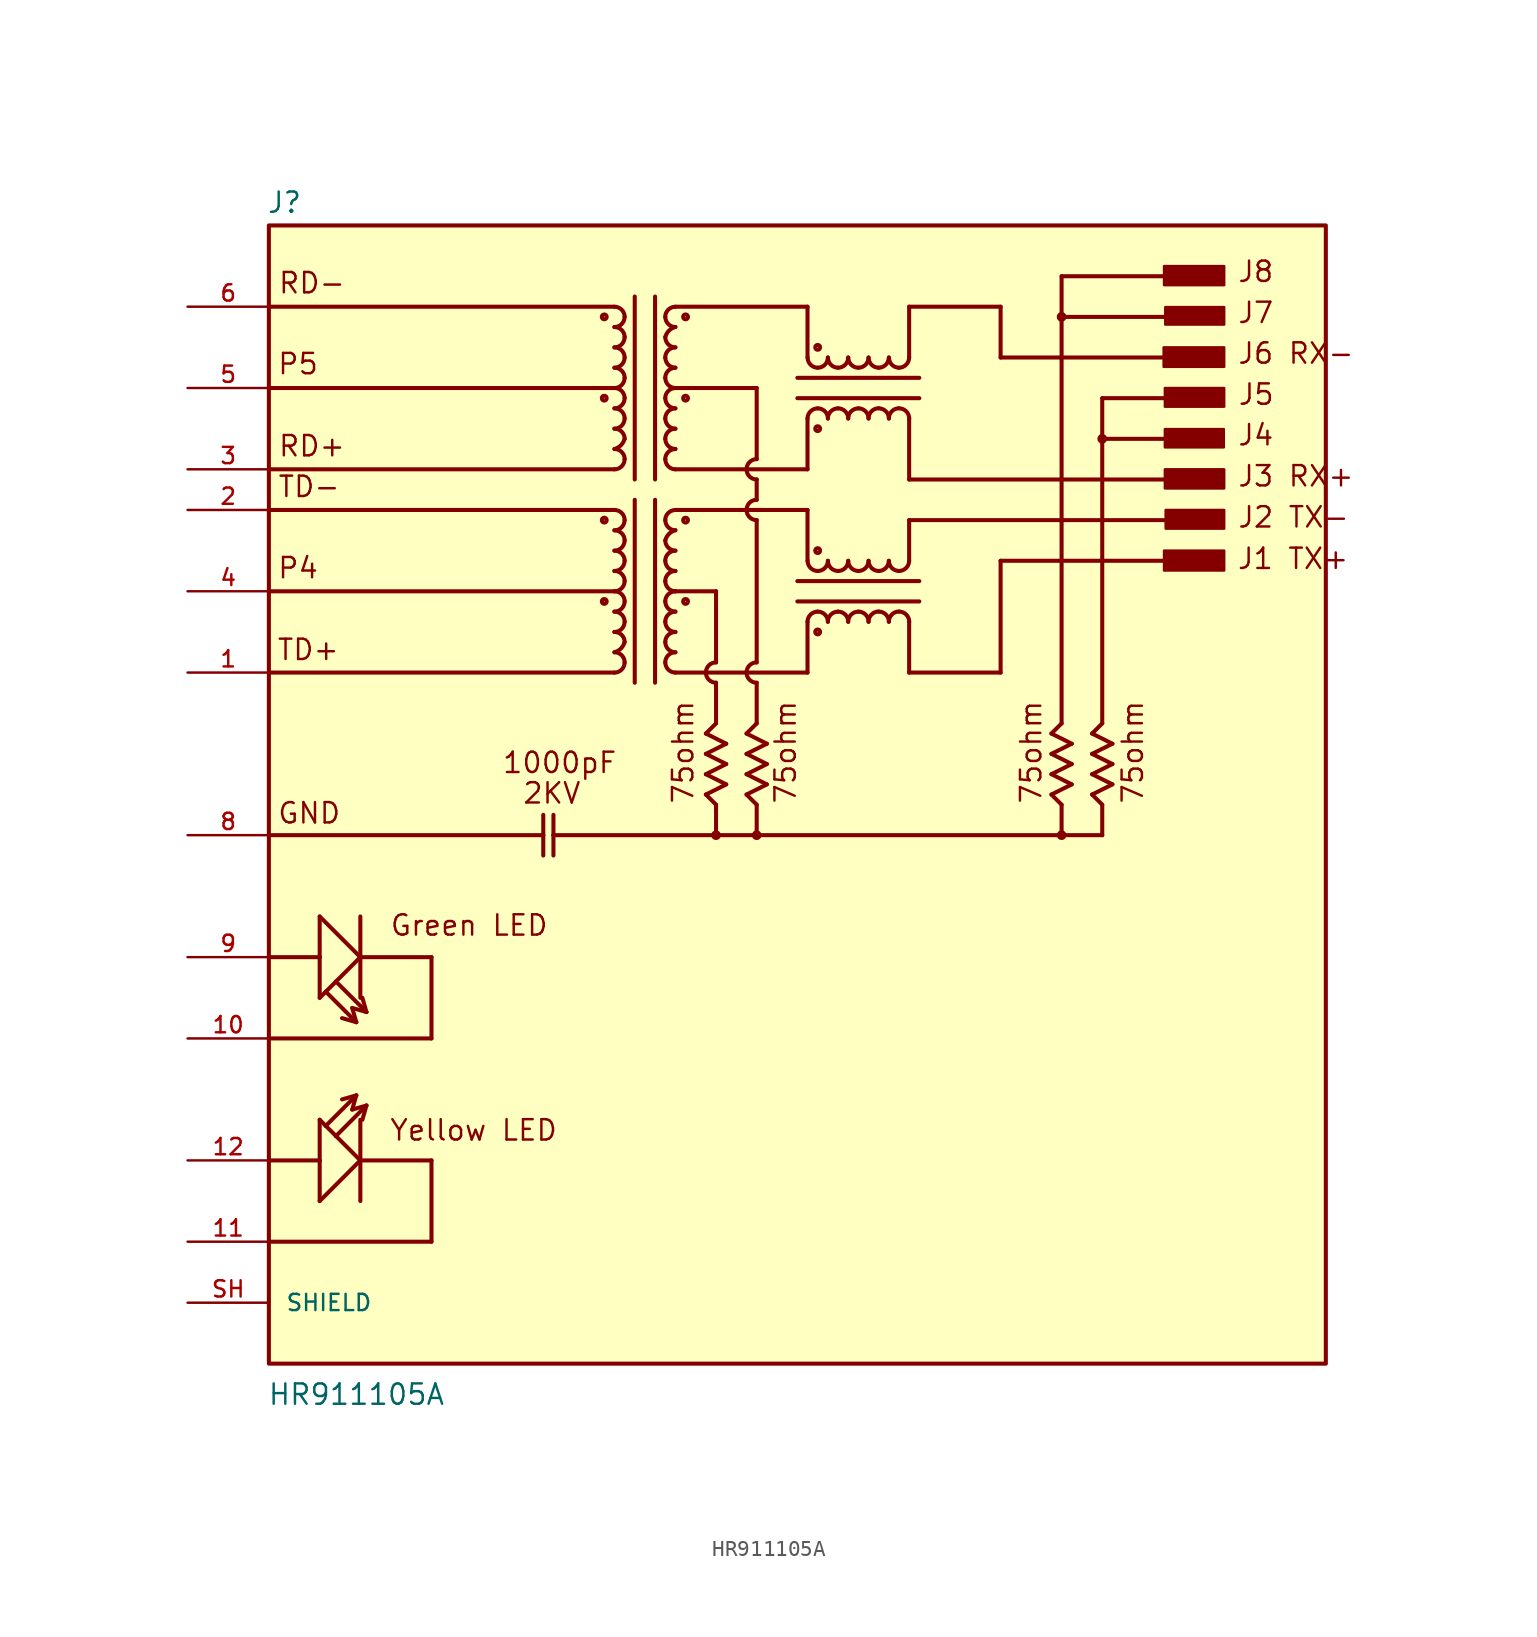
<source format=kicad_sym>
(kicad_symbol_lib
  (version 20211014)
  (generator kicad_symbol_editor)
  (symbol "HR911105A"
    (pin_names
      (offset 1.016))
    (property "Reference" "J"
      (at -33.172 36.246 0)
      (effects (font (size 1.27 1.27)) (justify left bottom)))
    (property "Value" "HR911105A"
      (at -33.122 -38.227 0)
      (effects (font (size 1.27 1.27)) (justify left bottom)))
    (symbol "HR911105A_0_0"
      (rectangle (start -33.02 -35.56) (end 33.02 35.56) (stroke (width 0.254) (type default) (color 0 0 0 0)) (fill (type background)))
      (circle (center -12.065 12.065) (radius 0.152) (stroke (width 0.254) (type default) (color 0 0 0 0)) (fill (type none)))
      (circle (center -12.065 17.145) (radius 0.152) (stroke (width 0.254) (type default) (color 0 0 0 0)) (fill (type none)))
      (circle (center -12.065 24.765) (radius 0.152) (stroke (width 0.254) (type default) (color 0 0 0 0)) (fill (type none)))
      (circle (center -12.065 29.845) (radius 0.152) (stroke (width 0.254) (type default) (color 0 0 0 0)) (fill (type none)))
      (arc (start -11.43 7.62) (mid -10.981 7.806) (end -10.795 8.255) (stroke (width 0.254) (type default) (color 0 0 0 0)) (fill (type none)))
      (arc (start -11.43 8.89) (mid -11.0269 9.1219) (end -10.795 9.525) (stroke (width 0.254) (type default) (color 0 0 0 0)) (fill (type none)))
      (arc (start -11.43 10.16) (mid -10.981 10.346) (end -10.795 10.795) (stroke (width 0.254) (type default) (color 0 0 0 0)) (fill (type none)))
      (arc (start -11.43 11.43) (mid -10.981 11.616) (end -10.795 12.065) (stroke (width 0.254) (type default) (color 0 0 0 0)) (fill (type none)))
      (arc (start -11.43 12.7) (mid -10.981 12.886) (end -10.795 13.335) (stroke (width 0.254) (type default) (color 0 0 0 0)) (fill (type none)))
      (arc (start -11.43 13.97) (mid -10.981 14.156) (end -10.795 14.605) (stroke (width 0.254) (type default) (color 0 0 0 0)) (fill (type none)))
      (arc (start -11.43 15.24) (mid -10.981 15.426) (end -10.795 15.875) (stroke (width 0.254) (type default) (color 0 0 0 0)) (fill (type none)))
      (arc (start -11.43 16.51) (mid -10.981 16.696) (end -10.795 17.145) (stroke (width 0.254) (type default) (color 0 0 0 0)) (fill (type none)))
      (arc (start -11.43 20.32) (mid -10.981 20.506) (end -10.795 20.955) (stroke (width 0.254) (type default) (color 0 0 0 0)) (fill (type none)))
      (arc (start -11.43 21.59) (mid -11.0269 21.8219) (end -10.795 22.225) (stroke (width 0.254) (type default) (color 0 0 0 0)) (fill (type none)))
      (arc (start -11.43 22.86) (mid -10.981 23.046) (end -10.795 23.495) (stroke (width 0.254) (type default) (color 0 0 0 0)) (fill (type none)))
      (arc (start -11.43 24.13) (mid -10.981 24.316) (end -10.795 24.765) (stroke (width 0.254) (type default) (color 0 0 0 0)) (fill (type none)))
      (arc (start -11.43 25.4) (mid -10.981 25.586) (end -10.795 26.035) (stroke (width 0.254) (type default) (color 0 0 0 0)) (fill (type none)))
      (arc (start -11.43 26.67) (mid -10.981 26.856) (end -10.795 27.305) (stroke (width 0.254) (type default) (color 0 0 0 0)) (fill (type none)))
      (arc (start -11.43 27.94) (mid -10.981 28.126) (end -10.795 28.575) (stroke (width 0.254) (type default) (color 0 0 0 0)) (fill (type none)))
      (arc (start -11.43 29.21) (mid -10.981 29.396) (end -10.795 29.845) (stroke (width 0.254) (type default) (color 0 0 0 0)) (fill (type none)))
      (arc (start -10.795 8.255) (mid -10.981 8.704) (end -11.43 8.89) (stroke (width 0.254) (type default) (color 0 0 0 0)) (fill (type none)))
      (arc (start -10.795 9.525) (mid -10.981 9.974) (end -11.43 10.16) (stroke (width 0.254) (type default) (color 0 0 0 0)) (fill (type none)))
      (arc (start -10.795 10.795) (mid -10.981 11.244) (end -11.43 11.43) (stroke (width 0.254) (type default) (color 0 0 0 0)) (fill (type none)))
      (arc (start -10.795 12.065) (mid -10.981 12.514) (end -11.43 12.7) (stroke (width 0.254) (type default) (color 0 0 0 0)) (fill (type none)))
      (arc (start -10.795 13.335) (mid -10.981 13.784) (end -11.43 13.97) (stroke (width 0.254) (type default) (color 0 0 0 0)) (fill (type none)))
      (arc (start -10.795 14.605) (mid -10.981 15.054) (end -11.43 15.24) (stroke (width 0.254) (type default) (color 0 0 0 0)) (fill (type none)))
      (arc (start -10.795 15.875) (mid -10.981 16.324) (end -11.43 16.51) (stroke (width 0.254) (type default) (color 0 0 0 0)) (fill (type none)))
      (arc (start -10.795 17.145) (mid -10.981 17.594) (end -11.43 17.78) (stroke (width 0.254) (type default) (color 0 0 0 0)) (fill (type none)))
      (arc (start -10.795 20.955) (mid -10.981 21.404) (end -11.43 21.59) (stroke (width 0.254) (type default) (color 0 0 0 0)) (fill (type none)))
      (arc (start -10.795 22.225) (mid -10.981 22.674) (end -11.43 22.86) (stroke (width 0.254) (type default) (color 0 0 0 0)) (fill (type none)))
      (arc (start -10.795 23.495) (mid -10.981 23.944) (end -11.43 24.13) (stroke (width 0.254) (type default) (color 0 0 0 0)) (fill (type none)))
      (arc (start -10.795 24.765) (mid -10.981 25.214) (end -11.43 25.4) (stroke (width 0.254) (type default) (color 0 0 0 0)) (fill (type none)))
      (arc (start -10.795 26.035) (mid -10.981 26.484) (end -11.43 26.67) (stroke (width 0.254) (type default) (color 0 0 0 0)) (fill (type none)))
      (arc (start -10.795 27.305) (mid -10.981 27.754) (end -11.43 27.94) (stroke (width 0.254) (type default) (color 0 0 0 0)) (fill (type none)))
      (arc (start -10.795 28.575) (mid -10.981 29.024) (end -11.43 29.21) (stroke (width 0.254) (type default) (color 0 0 0 0)) (fill (type none)))
      (arc (start -10.795 29.845) (mid -10.981 30.294) (end -11.43 30.48) (stroke (width 0.254) (type default) (color 0 0 0 0)) (fill (type none)))
      (arc (start -8.255 8.255) (mid -8.069 7.806) (end -7.62 7.62) (stroke (width 0.254) (type default) (color 0 0 0 0)) (fill (type none)))
      (arc (start -8.255 9.525) (mid -8.069 9.076) (end -7.62 8.89) (stroke (width 0.254) (type default) (color 0 0 0 0)) (fill (type none)))
      (arc (start -8.255 10.795) (mid -8.069 10.346) (end -7.62 10.16) (stroke (width 0.254) (type default) (color 0 0 0 0)) (fill (type none)))
      (arc (start -8.255 12.065) (mid -8.069 11.616) (end -7.62 11.43) (stroke (width 0.254) (type default) (color 0 0 0 0)) (fill (type none)))
      (arc (start -8.255 13.335) (mid -8.069 12.886) (end -7.62 12.7) (stroke (width 0.254) (type default) (color 0 0 0 0)) (fill (type none)))
      (arc (start -8.255 14.605) (mid -8.069 14.156) (end -7.62 13.97) (stroke (width 0.254) (type default) (color 0 0 0 0)) (fill (type none)))
      (arc (start -8.255 15.875) (mid -8.069 15.426) (end -7.62 15.24) (stroke (width 0.254) (type default) (color 0 0 0 0)) (fill (type none)))
      (arc (start -8.255 17.145) (mid -8.069 16.696) (end -7.62 16.51) (stroke (width 0.254) (type default) (color 0 0 0 0)) (fill (type none)))
      (arc (start -8.255 20.955) (mid -8.069 20.506) (end -7.62 20.32) (stroke (width 0.254) (type default) (color 0 0 0 0)) (fill (type none)))
      (arc (start -8.255 22.225) (mid -8.069 21.776) (end -7.62 21.59) (stroke (width 0.254) (type default) (color 0 0 0 0)) (fill (type none)))
      (arc (start -8.255 23.495) (mid -8.069 23.046) (end -7.62 22.86) (stroke (width 0.254) (type default) (color 0 0 0 0)) (fill (type none)))
      (arc (start -8.255 24.765) (mid -8.069 24.316) (end -7.62 24.13) (stroke (width 0.254) (type default) (color 0 0 0 0)) (fill (type none)))
      (arc (start -8.255 26.035) (mid -8.069 25.586) (end -7.62 25.4) (stroke (width 0.254) (type default) (color 0 0 0 0)) (fill (type none)))
      (arc (start -8.255 27.305) (mid -8.069 26.856) (end -7.62 26.67) (stroke (width 0.254) (type default) (color 0 0 0 0)) (fill (type none)))
      (arc (start -8.255 28.575) (mid -8.069 28.126) (end -7.62 27.94) (stroke (width 0.254) (type default) (color 0 0 0 0)) (fill (type none)))
      (arc (start -8.255 29.845) (mid -8.069 29.396) (end -7.62 29.21) (stroke (width 0.254) (type default) (color 0 0 0 0)) (fill (type none)))
      (arc (start -7.62 8.89) (mid -8.069 8.704) (end -8.255 8.255) (stroke (width 0.254) (type default) (color 0 0 0 0)) (fill (type none)))
      (arc (start -7.62 10.16) (mid -8.069 9.974) (end -8.255 9.525) (stroke (width 0.254) (type default) (color 0 0 0 0)) (fill (type none)))
      (arc (start -7.62 11.43) (mid -8.069 11.244) (end -8.255 10.795) (stroke (width 0.254) (type default) (color 0 0 0 0)) (fill (type none)))
      (arc (start -7.62 12.7) (mid -8.069 12.514) (end -8.255 12.065) (stroke (width 0.254) (type default) (color 0 0 0 0)) (fill (type none)))
      (arc (start -7.62 13.97) (mid -8.069 13.784) (end -8.255 13.335) (stroke (width 0.254) (type default) (color 0 0 0 0)) (fill (type none)))
      (arc (start -7.62 15.24) (mid -8.069 15.054) (end -8.255 14.605) (stroke (width 0.254) (type default) (color 0 0 0 0)) (fill (type none)))
      (arc (start -7.62 16.51) (mid -8.0231 16.2781) (end -8.255 15.875) (stroke (width 0.254) (type default) (color 0 0 0 0)) (fill (type none)))
      (arc (start -7.62 17.78) (mid -8.069 17.594) (end -8.255 17.145) (stroke (width 0.254) (type default) (color 0 0 0 0)) (fill (type none)))
      (arc (start -7.62 21.59) (mid -8.069 21.404) (end -8.255 20.955) (stroke (width 0.254) (type default) (color 0 0 0 0)) (fill (type none)))
      (arc (start -7.62 22.86) (mid -8.069 22.674) (end -8.255 22.225) (stroke (width 0.254) (type default) (color 0 0 0 0)) (fill (type none)))
      (arc (start -7.62 24.13) (mid -8.069 23.944) (end -8.255 23.495) (stroke (width 0.254) (type default) (color 0 0 0 0)) (fill (type none)))
      (arc (start -7.62 25.4) (mid -8.069 25.214) (end -8.255 24.765) (stroke (width 0.254) (type default) (color 0 0 0 0)) (fill (type none)))
      (arc (start -7.62 26.67) (mid -8.069 26.484) (end -8.255 26.035) (stroke (width 0.254) (type default) (color 0 0 0 0)) (fill (type none)))
      (arc (start -7.62 27.94) (mid -8.069 27.754) (end -8.255 27.305) (stroke (width 0.254) (type default) (color 0 0 0 0)) (fill (type none)))
      (arc (start -7.62 29.21) (mid -8.0231 28.9781) (end -8.255 28.575) (stroke (width 0.254) (type default) (color 0 0 0 0)) (fill (type none)))
      (arc (start -7.62 30.48) (mid -8.069 30.294) (end -8.255 29.845) (stroke (width 0.254) (type default) (color 0 0 0 0)) (fill (type none)))
      (circle (center -6.985 12.065) (radius 0.152) (stroke (width 0.254) (type default) (color 0 0 0 0)) (fill (type none)))
      (circle (center -6.985 17.145) (radius 0.152) (stroke (width 0.254) (type default) (color 0 0 0 0)) (fill (type none)))
      (circle (center -6.985 24.765) (radius 0.152) (stroke (width 0.254) (type default) (color 0 0 0 0)) (fill (type none)))
      (circle (center -6.985 29.845) (radius 0.152) (stroke (width 0.254) (type default) (color 0 0 0 0)) (fill (type none)))
      (arc (start -5.715 7.62) (mid -5.529 7.171) (end -5.08 6.985) (stroke (width 0.254) (type default) (color 0 0 0 0)) (fill (type none)))
      (circle (center -5.08 -2.54) (radius 0.178) (stroke (width 0.254) (type default) (color 0 0 0 0)) (fill (type none)))
      (arc (start -5.08 8.255) (mid -5.529 8.069) (end -5.715 7.62) (stroke (width 0.254) (type default) (color 0 0 0 0)) (fill (type none)))
      (arc (start -3.175 7.62) (mid -2.989 7.171) (end -2.54 6.985) (stroke (width 0.254) (type default) (color 0 0 0 0)) (fill (type none)))
      (arc (start -3.175 17.78) (mid -2.989 17.331) (end -2.54 17.145) (stroke (width 0.254) (type default) (color 0 0 0 0)) (fill (type none)))
      (arc (start -3.175 20.32) (mid -2.989 19.871) (end -2.54 19.685) (stroke (width 0.254) (type default) (color 0 0 0 0)) (fill (type none)))
      (circle (center -2.54 -2.54) (radius 0.178) (stroke (width 0.254) (type default) (color 0 0 0 0)) (fill (type none)))
      (arc (start -2.54 8.255) (mid -2.989 8.069) (end -3.175 7.62) (stroke (width 0.254) (type default) (color 0 0 0 0)) (fill (type none)))
      (arc (start -2.54 18.415) (mid -2.989 18.229) (end -3.175 17.78) (stroke (width 0.254) (type default) (color 0 0 0 0)) (fill (type none)))
      (arc (start -2.54 20.955) (mid -2.989 20.769) (end -3.175 20.32) (stroke (width 0.254) (type default) (color 0 0 0 0)) (fill (type none)))
      (polyline (pts (xy -33.02 -27.94) (xy -22.86 -27.94)) (stroke (width 0.254) (type default) (color 0 0 0 0)) (fill (type none)))
      (polyline (pts (xy -33.02 -15.24) (xy -22.86 -15.24)) (stroke (width 0.254) (type default) (color 0 0 0 0)) (fill (type none)))
      (polyline (pts (xy -33.02 12.7) (xy -11.43 12.7)) (stroke (width 0.254) (type default) (color 0 0 0 0)) (fill (type none)))
      (polyline (pts (xy -33.02 20.32) (xy -11.43 20.32)) (stroke (width 0.254) (type default) (color 0 0 0 0)) (fill (type none)))
      (polyline (pts (xy -29.845 -25.4) (xy -27.305 -22.86)) (stroke (width 0.254) (type default) (color 0 0 0 0)) (fill (type none)))
      (polyline (pts (xy -29.845 -22.86) (xy -33.02 -22.86)) (stroke (width 0.254) (type default) (color 0 0 0 0)) (fill (type none)))
      (polyline (pts (xy -29.845 -22.86) (xy -29.845 -25.4)) (stroke (width 0.254) (type default) (color 0 0 0 0)) (fill (type none)))
      (polyline (pts (xy -29.845 -20.32) (xy -29.845 -22.86)) (stroke (width 0.254) (type default) (color 0 0 0 0)) (fill (type none)))
      (polyline (pts (xy -29.845 -12.7) (xy -29.845 -10.16)) (stroke (width 0.254) (type default) (color 0 0 0 0)) (fill (type none)))
      (polyline (pts (xy -29.845 -10.16) (xy -33.02 -10.16)) (stroke (width 0.254) (type default) (color 0 0 0 0)) (fill (type none)))
      (polyline (pts (xy -29.845 -10.16) (xy -29.845 -7.62)) (stroke (width 0.254) (type default) (color 0 0 0 0)) (fill (type none)))
      (polyline (pts (xy -29.845 -7.62) (xy -27.305 -10.16)) (stroke (width 0.254) (type default) (color 0 0 0 0)) (fill (type none)))
      (polyline (pts (xy -29.464 -20.701) (xy -29.845 -20.32)) (stroke (width 0.254) (type default) (color 0 0 0 0)) (fill (type none)))
      (polyline (pts (xy -29.464 -20.701) (xy -27.559 -18.796)) (stroke (width 0.254) (type default) (color 0 0 0 0)) (fill (type none)))
      (polyline (pts (xy -29.464 -12.319) (xy -29.845 -12.7)) (stroke (width 0.254) (type default) (color 0 0 0 0)) (fill (type none)))
      (polyline (pts (xy -29.464 -12.319) (xy -27.559 -14.224)) (stroke (width 0.254) (type default) (color 0 0 0 0)) (fill (type none)))
      (polyline (pts (xy -28.829 -21.336) (xy -29.464 -20.701)) (stroke (width 0.254) (type default) (color 0 0 0 0)) (fill (type none)))
      (polyline (pts (xy -28.829 -21.336) (xy -26.924 -19.431)) (stroke (width 0.254) (type default) (color 0 0 0 0)) (fill (type none)))
      (polyline (pts (xy -28.829 -11.684) (xy -29.464 -12.319)) (stroke (width 0.254) (type default) (color 0 0 0 0)) (fill (type none)))
      (polyline (pts (xy -28.829 -11.684) (xy -26.924 -13.589)) (stroke (width 0.254) (type default) (color 0 0 0 0)) (fill (type none)))
      (polyline (pts (xy -27.559 -18.796) (xy -28.448 -19.05)) (stroke (width 0.254) (type default) (color 0 0 0 0)) (fill (type none)))
      (polyline (pts (xy -27.559 -18.796) (xy -27.813 -19.685)) (stroke (width 0.254) (type default) (color 0 0 0 0)) (fill (type none)))
      (polyline (pts (xy -27.559 -14.224) (xy -28.448 -13.97)) (stroke (width 0.254) (type default) (color 0 0 0 0)) (fill (type none)))
      (polyline (pts (xy -27.559 -14.224) (xy -27.813 -13.335)) (stroke (width 0.254) (type default) (color 0 0 0 0)) (fill (type none)))
      (polyline (pts (xy -27.305 -22.86) (xy -28.829 -21.336)) (stroke (width 0.254) (type default) (color 0 0 0 0)) (fill (type none)))
      (polyline (pts (xy -27.305 -22.86) (xy -27.305 -25.4)) (stroke (width 0.254) (type default) (color 0 0 0 0)) (fill (type none)))
      (polyline (pts (xy -27.305 -22.86) (xy -22.86 -22.86)) (stroke (width 0.254) (type default) (color 0 0 0 0)) (fill (type none)))
      (polyline (pts (xy -27.305 -20.32) (xy -27.305 -22.86)) (stroke (width 0.254) (type default) (color 0 0 0 0)) (fill (type none)))
      (polyline (pts (xy -27.305 -12.7) (xy -27.305 -10.16)) (stroke (width 0.254) (type default) (color 0 0 0 0)) (fill (type none)))
      (polyline (pts (xy -27.305 -10.16) (xy -28.829 -11.684)) (stroke (width 0.254) (type default) (color 0 0 0 0)) (fill (type none)))
      (polyline (pts (xy -27.305 -10.16) (xy -27.305 -7.62)) (stroke (width 0.254) (type default) (color 0 0 0 0)) (fill (type none)))
      (polyline (pts (xy -27.305 -10.16) (xy -22.86 -10.16)) (stroke (width 0.254) (type default) (color 0 0 0 0)) (fill (type none)))
      (polyline (pts (xy -26.924 -19.431) (xy -27.813 -19.685)) (stroke (width 0.254) (type default) (color 0 0 0 0)) (fill (type none)))
      (polyline (pts (xy -26.924 -19.431) (xy -27.178 -20.32)) (stroke (width 0.254) (type default) (color 0 0 0 0)) (fill (type none)))
      (polyline (pts (xy -26.924 -13.589) (xy -27.813 -13.335)) (stroke (width 0.254) (type default) (color 0 0 0 0)) (fill (type none)))
      (polyline (pts (xy -26.924 -13.589) (xy -27.178 -12.7)) (stroke (width 0.254) (type default) (color 0 0 0 0)) (fill (type none)))
      (polyline (pts (xy -22.86 -27.94) (xy -22.86 -22.86)) (stroke (width 0.254) (type default) (color 0 0 0 0)) (fill (type none)))
      (polyline (pts (xy -22.86 -15.24) (xy -22.86 -10.16)) (stroke (width 0.254) (type default) (color 0 0 0 0)) (fill (type none)))
      (polyline (pts (xy -15.875 -2.54) (xy -33.02 -2.54)) (stroke (width 0.254) (type default) (color 0 0 0 0)) (fill (type none)))
      (polyline (pts (xy -15.875 -2.54) (xy -15.875 -3.81)) (stroke (width 0.254) (type default) (color 0 0 0 0)) (fill (type none)))
      (polyline (pts (xy -15.875 -1.27) (xy -15.875 -2.54)) (stroke (width 0.254) (type default) (color 0 0 0 0)) (fill (type none)))
      (polyline (pts (xy -15.24 -2.54) (xy -15.24 -3.81)) (stroke (width 0.254) (type default) (color 0 0 0 0)) (fill (type none)))
      (polyline (pts (xy -15.24 -2.54) (xy -15.24 -1.27)) (stroke (width 0.254) (type default) (color 0 0 0 0)) (fill (type none)))
      (polyline (pts (xy -11.43 7.62) (xy -33.02 7.62)) (stroke (width 0.254) (type default) (color 0 0 0 0)) (fill (type none)))
      (polyline (pts (xy -11.43 17.78) (xy -33.02 17.78)) (stroke (width 0.254) (type default) (color 0 0 0 0)) (fill (type none)))
      (polyline (pts (xy -11.43 25.4) (xy -33.02 25.4)) (stroke (width 0.254) (type default) (color 0 0 0 0)) (fill (type none)))
      (polyline (pts (xy -11.43 30.48) (xy -33.02 30.48)) (stroke (width 0.254) (type default) (color 0 0 0 0)) (fill (type none)))
      (polyline (pts (xy -10.16 18.415) (xy -10.16 6.985)) (stroke (width 0.254) (type default) (color 0 0 0 0)) (fill (type none)))
      (polyline (pts (xy -10.16 31.115) (xy -10.16 19.685)) (stroke (width 0.254) (type default) (color 0 0 0 0)) (fill (type none)))
      (polyline (pts (xy -8.89 18.415) (xy -8.89 6.985)) (stroke (width 0.254) (type default) (color 0 0 0 0)) (fill (type none)))
      (polyline (pts (xy -8.89 31.115) (xy -8.89 19.685)) (stroke (width 0.254) (type default) (color 0 0 0 0)) (fill (type none)))
      (polyline (pts (xy -7.62 7.62) (xy -5.715 7.62)) (stroke (width 0.254) (type default) (color 0 0 0 0)) (fill (type none)))
      (polyline (pts (xy -7.62 20.32) (xy -3.175 20.32)) (stroke (width 0.254) (type default) (color 0 0 0 0)) (fill (type none)))
      (polyline (pts (xy -7.62 25.4) (xy -2.54 25.4)) (stroke (width 0.254) (type default) (color 0 0 0 0)) (fill (type none)))
      (polyline (pts (xy -5.715 0) (xy -5.08 -0.635)) (stroke (width 0.254) (type default) (color 0 0 0 0)) (fill (type none)))
      (polyline (pts (xy -5.715 1.27) (xy -4.445 0.635)) (stroke (width 0.254) (type default) (color 0 0 0 0)) (fill (type none)))
      (polyline (pts (xy -5.715 2.54) (xy -4.445 1.905)) (stroke (width 0.254) (type default) (color 0 0 0 0)) (fill (type none)))
      (polyline (pts (xy -5.715 3.81) (xy -4.445 3.175)) (stroke (width 0.254) (type default) (color 0 0 0 0)) (fill (type none)))
      (polyline (pts (xy -5.715 7.62) (xy -3.175 7.62)) (stroke (width 0.254) (type default) (color 0 0 0 0)) (fill (type none)))
      (polyline (pts (xy -5.08 -2.54) (xy -15.24 -2.54)) (stroke (width 0.254) (type default) (color 0 0 0 0)) (fill (type none)))
      (polyline (pts (xy -5.08 -0.635) (xy -5.08 -2.54)) (stroke (width 0.254) (type default) (color 0 0 0 0)) (fill (type none)))
      (polyline (pts (xy -5.08 4.445) (xy -5.715 3.81)) (stroke (width 0.254) (type default) (color 0 0 0 0)) (fill (type none)))
      (polyline (pts (xy -5.08 6.985) (xy -5.08 4.445)) (stroke (width 0.254) (type default) (color 0 0 0 0)) (fill (type none)))
      (polyline (pts (xy -5.08 8.255) (xy -5.08 12.7)) (stroke (width 0.254) (type default) (color 0 0 0 0)) (fill (type none)))
      (polyline (pts (xy -5.08 12.7) (xy -7.62 12.7)) (stroke (width 0.254) (type default) (color 0 0 0 0)) (fill (type none)))
      (polyline (pts (xy -4.445 0.635) (xy -5.715 0)) (stroke (width 0.254) (type default) (color 0 0 0 0)) (fill (type none)))
      (polyline (pts (xy -4.445 1.905) (xy -5.715 1.27)) (stroke (width 0.254) (type default) (color 0 0 0 0)) (fill (type none)))
      (polyline (pts (xy -4.445 3.175) (xy -5.715 2.54)) (stroke (width 0.254) (type default) (color 0 0 0 0)) (fill (type none)))
      (polyline (pts (xy -3.175 0) (xy -2.54 -0.635)) (stroke (width 0.254) (type default) (color 0 0 0 0)) (fill (type none)))
      (polyline (pts (xy -3.175 1.27) (xy -1.905 0.635)) (stroke (width 0.254) (type default) (color 0 0 0 0)) (fill (type none)))
      (polyline (pts (xy -3.175 2.54) (xy -1.905 1.905)) (stroke (width 0.254) (type default) (color 0 0 0 0)) (fill (type none)))
      (polyline (pts (xy -3.175 3.81) (xy -1.905 3.175)) (stroke (width 0.254) (type default) (color 0 0 0 0)) (fill (type none)))
      (polyline (pts (xy -3.175 7.62) (xy 0.635 7.62)) (stroke (width 0.254) (type default) (color 0 0 0 0)) (fill (type none)))
      (polyline (pts (xy -3.175 17.78) (xy -7.62 17.78)) (stroke (width 0.254) (type default) (color 0 0 0 0)) (fill (type none)))
      (polyline (pts (xy -3.175 20.32) (xy 0.635 20.32)) (stroke (width 0.254) (type default) (color 0 0 0 0)) (fill (type none)))
      (polyline (pts (xy -2.54 -0.635) (xy -2.54 -2.54)) (stroke (width 0.254) (type default) (color 0 0 0 0)) (fill (type none)))
      (polyline (pts (xy -2.54 4.445) (xy -3.175 3.81)) (stroke (width 0.254) (type default) (color 0 0 0 0)) (fill (type none)))
      (polyline (pts (xy -2.54 6.985) (xy -2.54 4.445)) (stroke (width 0.254) (type default) (color 0 0 0 0)) (fill (type none)))
      (polyline (pts (xy -2.54 17.145) (xy -2.54 8.255)) (stroke (width 0.254) (type default) (color 0 0 0 0)) (fill (type none)))
      (polyline (pts (xy -2.54 19.685) (xy -2.54 18.415)) (stroke (width 0.254) (type default) (color 0 0 0 0)) (fill (type none)))
      (polyline (pts (xy -2.54 25.4) (xy -2.54 20.955)) (stroke (width 0.254) (type default) (color 0 0 0 0)) (fill (type none)))
      (polyline (pts (xy -1.905 0.635) (xy -3.175 0)) (stroke (width 0.254) (type default) (color 0 0 0 0)) (fill (type none)))
      (polyline (pts (xy -1.905 1.905) (xy -3.175 1.27)) (stroke (width 0.254) (type default) (color 0 0 0 0)) (fill (type none)))
      (polyline (pts (xy -1.905 3.175) (xy -3.175 2.54)) (stroke (width 0.254) (type default) (color 0 0 0 0)) (fill (type none)))
      (polyline (pts (xy 0 12.065) (xy 7.62 12.065)) (stroke (width 0.254) (type default) (color 0 0 0 0)) (fill (type none)))
      (polyline (pts (xy 0 13.335) (xy 7.62 13.335)) (stroke (width 0.254) (type default) (color 0 0 0 0)) (fill (type none)))
      (polyline (pts (xy 0 24.765) (xy 7.62 24.765)) (stroke (width 0.254) (type default) (color 0 0 0 0)) (fill (type none)))
      (polyline (pts (xy 0 26.035) (xy 7.62 26.035)) (stroke (width 0.254) (type default) (color 0 0 0 0)) (fill (type none)))
      (polyline (pts (xy 0.635 7.62) (xy 0.635 10.795)) (stroke (width 0.254) (type default) (color 0 0 0 0)) (fill (type none)))
      (polyline (pts (xy 0.635 14.605) (xy 0.635 17.78)) (stroke (width 0.254) (type default) (color 0 0 0 0)) (fill (type none)))
      (polyline (pts (xy 0.635 17.78) (xy -3.175 17.78)) (stroke (width 0.254) (type default) (color 0 0 0 0)) (fill (type none)))
      (polyline (pts (xy 0.635 20.32) (xy 0.635 23.495)) (stroke (width 0.254) (type default) (color 0 0 0 0)) (fill (type none)))
      (polyline (pts (xy 0.635 27.305) (xy 0.635 30.48)) (stroke (width 0.254) (type default) (color 0 0 0 0)) (fill (type none)))
      (polyline (pts (xy 0.635 30.48) (xy -7.62 30.48)) (stroke (width 0.254) (type default) (color 0 0 0 0)) (fill (type none)))
      (polyline (pts (xy 6.985 10.795) (xy 6.985 7.62)) (stroke (width 0.254) (type default) (color 0 0 0 0)) (fill (type none)))
      (polyline (pts (xy 6.985 17.145) (xy 6.985 14.605)) (stroke (width 0.254) (type default) (color 0 0 0 0)) (fill (type none)))
      (polyline (pts (xy 6.985 23.495) (xy 6.985 19.685)) (stroke (width 0.254) (type default) (color 0 0 0 0)) (fill (type none)))
      (polyline (pts (xy 6.985 30.48) (xy 6.985 27.305)) (stroke (width 0.254) (type default) (color 0 0 0 0)) (fill (type none)))
      (polyline (pts (xy 12.7 7.62) (xy 6.985 7.62)) (stroke (width 0.254) (type default) (color 0 0 0 0)) (fill (type none)))
      (polyline (pts (xy 12.7 14.605) (xy 12.7 7.62)) (stroke (width 0.254) (type default) (color 0 0 0 0)) (fill (type none)))
      (polyline (pts (xy 12.7 27.305) (xy 12.7 30.48)) (stroke (width 0.254) (type default) (color 0 0 0 0)) (fill (type none)))
      (polyline (pts (xy 12.7 30.48) (xy 6.985 30.48)) (stroke (width 0.254) (type default) (color 0 0 0 0)) (fill (type none)))
      (polyline (pts (xy 15.875 0) (xy 16.51 -0.635)) (stroke (width 0.254) (type default) (color 0 0 0 0)) (fill (type none)))
      (polyline (pts (xy 15.875 1.27) (xy 17.145 0.635)) (stroke (width 0.254) (type default) (color 0 0 0 0)) (fill (type none)))
      (polyline (pts (xy 15.875 2.54) (xy 17.145 1.905)) (stroke (width 0.254) (type default) (color 0 0 0 0)) (fill (type none)))
      (polyline (pts (xy 15.875 3.81) (xy 17.145 3.175)) (stroke (width 0.254) (type default) (color 0 0 0 0)) (fill (type none)))
      (polyline (pts (xy 16.51 -0.635) (xy 16.51 -2.54)) (stroke (width 0.254) (type default) (color 0 0 0 0)) (fill (type none)))
      (polyline (pts (xy 16.51 4.445) (xy 15.875 3.81)) (stroke (width 0.254) (type default) (color 0 0 0 0)) (fill (type none)))
      (polyline (pts (xy 16.51 29.845) (xy 16.51 4.445)) (stroke (width 0.254) (type default) (color 0 0 0 0)) (fill (type none)))
      (polyline (pts (xy 16.51 29.845) (xy 23.495 29.845)) (stroke (width 0.254) (type default) (color 0 0 0 0)) (fill (type none)))
      (polyline (pts (xy 16.51 32.385) (xy 16.51 29.845)) (stroke (width 0.254) (type default) (color 0 0 0 0)) (fill (type none)))
      (polyline (pts (xy 17.145 0.635) (xy 15.875 0)) (stroke (width 0.254) (type default) (color 0 0 0 0)) (fill (type none)))
      (polyline (pts (xy 17.145 1.905) (xy 15.875 1.27)) (stroke (width 0.254) (type default) (color 0 0 0 0)) (fill (type none)))
      (polyline (pts (xy 17.145 3.175) (xy 15.875 2.54)) (stroke (width 0.254) (type default) (color 0 0 0 0)) (fill (type none)))
      (polyline (pts (xy 18.415 0) (xy 19.05 -0.635)) (stroke (width 0.254) (type default) (color 0 0 0 0)) (fill (type none)))
      (polyline (pts (xy 18.415 1.27) (xy 19.685 0.635)) (stroke (width 0.254) (type default) (color 0 0 0 0)) (fill (type none)))
      (polyline (pts (xy 18.415 2.54) (xy 19.685 1.905)) (stroke (width 0.254) (type default) (color 0 0 0 0)) (fill (type none)))
      (polyline (pts (xy 18.415 3.81) (xy 19.685 3.175)) (stroke (width 0.254) (type default) (color 0 0 0 0)) (fill (type none)))
      (polyline (pts (xy 19.05 -2.54) (xy -5.08 -2.54)) (stroke (width 0.254) (type default) (color 0 0 0 0)) (fill (type none)))
      (polyline (pts (xy 19.05 -0.635) (xy 19.05 -2.54)) (stroke (width 0.254) (type default) (color 0 0 0 0)) (fill (type none)))
      (polyline (pts (xy 19.05 4.445) (xy 18.415 3.81)) (stroke (width 0.254) (type default) (color 0 0 0 0)) (fill (type none)))
      (polyline (pts (xy 19.05 22.225) (xy 19.05 4.445)) (stroke (width 0.254) (type default) (color 0 0 0 0)) (fill (type none)))
      (polyline (pts (xy 19.05 22.225) (xy 23.495 22.225)) (stroke (width 0.254) (type default) (color 0 0 0 0)) (fill (type none)))
      (polyline (pts (xy 19.05 24.765) (xy 19.05 22.225)) (stroke (width 0.254) (type default) (color 0 0 0 0)) (fill (type none)))
      (polyline (pts (xy 19.685 0.635) (xy 18.415 0)) (stroke (width 0.254) (type default) (color 0 0 0 0)) (fill (type none)))
      (polyline (pts (xy 19.685 1.905) (xy 18.415 1.27)) (stroke (width 0.254) (type default) (color 0 0 0 0)) (fill (type none)))
      (polyline (pts (xy 19.685 3.175) (xy 18.415 2.54)) (stroke (width 0.254) (type default) (color 0 0 0 0)) (fill (type none)))
      (polyline (pts (xy 23.495 14.605) (xy 12.7 14.605)) (stroke (width 0.254) (type default) (color 0 0 0 0)) (fill (type none)))
      (polyline (pts (xy 23.495 17.145) (xy 6.985 17.145)) (stroke (width 0.254) (type default) (color 0 0 0 0)) (fill (type none)))
      (polyline (pts (xy 23.495 19.685) (xy 6.985 19.685)) (stroke (width 0.254) (type default) (color 0 0 0 0)) (fill (type none)))
      (polyline (pts (xy 23.495 24.765) (xy 19.05 24.765)) (stroke (width 0.254) (type default) (color 0 0 0 0)) (fill (type none)))
      (polyline (pts (xy 23.495 27.305) (xy 12.7 27.305)) (stroke (width 0.254) (type default) (color 0 0 0 0)) (fill (type none)))
      (polyline (pts (xy 23.495 32.385) (xy 16.51 32.385)) (stroke (width 0.254) (type default) (color 0 0 0 0)) (fill (type none)))
      (arc (start 0.635 14.605) (mid 0.821 14.156) (end 1.27 13.97) (stroke (width 0.254) (type default) (color 0 0 0 0)) (fill (type none)))
      (arc (start 0.635 27.305) (mid 0.821 26.856) (end 1.27 26.67) (stroke (width 0.254) (type default) (color 0 0 0 0)) (fill (type none)))
      (circle (center 1.27 10.16) (radius 0.152) (stroke (width 0.254) (type default) (color 0 0 0 0)) (fill (type none)))
      (arc (start 1.27 11.43) (mid 0.821 11.244) (end 0.635 10.795) (stroke (width 0.254) (type default) (color 0 0 0 0)) (fill (type none)))
      (arc (start 1.27 13.97) (mid 1.719 14.156) (end 1.905 14.605) (stroke (width 0.254) (type default) (color 0 0 0 0)) (fill (type none)))
      (circle (center 1.27 15.24) (radius 0.152) (stroke (width 0.254) (type default) (color 0 0 0 0)) (fill (type none)))
      (circle (center 1.27 22.86) (radius 0.152) (stroke (width 0.254) (type default) (color 0 0 0 0)) (fill (type none)))
      (arc (start 1.27 24.13) (mid 0.821 23.944) (end 0.635 23.495) (stroke (width 0.254) (type default) (color 0 0 0 0)) (fill (type none)))
      (arc (start 1.27 26.67) (mid 1.719 26.856) (end 1.905 27.305) (stroke (width 0.254) (type default) (color 0 0 0 0)) (fill (type none)))
      (circle (center 1.27 27.94) (radius 0.152) (stroke (width 0.254) (type default) (color 0 0 0 0)) (fill (type none)))
      (arc (start 1.905 10.795) (mid 1.719 11.244) (end 1.27 11.43) (stroke (width 0.254) (type default) (color 0 0 0 0)) (fill (type none)))
      (arc (start 1.905 14.605) (mid 2.091 14.156) (end 2.54 13.97) (stroke (width 0.254) (type default) (color 0 0 0 0)) (fill (type none)))
      (arc (start 1.905 23.495) (mid 1.719 23.944) (end 1.27 24.13) (stroke (width 0.254) (type default) (color 0 0 0 0)) (fill (type none)))
      (arc (start 1.905 27.305) (mid 2.091 26.856) (end 2.54 26.67) (stroke (width 0.254) (type default) (color 0 0 0 0)) (fill (type none)))
      (arc (start 2.54 11.43) (mid 2.091 11.244) (end 1.905 10.795) (stroke (width 0.254) (type default) (color 0 0 0 0)) (fill (type none)))
      (arc (start 2.54 13.97) (mid 2.989 14.156) (end 3.175 14.605) (stroke (width 0.254) (type default) (color 0 0 0 0)) (fill (type none)))
      (arc (start 2.54 24.13) (mid 2.091 23.944) (end 1.905 23.495) (stroke (width 0.254) (type default) (color 0 0 0 0)) (fill (type none)))
      (arc (start 2.54 26.67) (mid 2.989 26.856) (end 3.175 27.305) (stroke (width 0.254) (type default) (color 0 0 0 0)) (fill (type none)))
      (arc (start 3.175 10.795) (mid 2.989 11.244) (end 2.54 11.43) (stroke (width 0.254) (type default) (color 0 0 0 0)) (fill (type none)))
      (arc (start 3.175 14.605) (mid 3.361 14.156) (end 3.81 13.97) (stroke (width 0.254) (type default) (color 0 0 0 0)) (fill (type none)))
      (arc (start 3.175 23.495) (mid 2.989 23.944) (end 2.54 24.13) (stroke (width 0.254) (type default) (color 0 0 0 0)) (fill (type none)))
      (arc (start 3.175 27.305) (mid 3.361 26.856) (end 3.81 26.67) (stroke (width 0.254) (type default) (color 0 0 0 0)) (fill (type none)))
      (arc (start 3.81 11.43) (mid 3.361 11.244) (end 3.175 10.795) (stroke (width 0.254) (type default) (color 0 0 0 0)) (fill (type none)))
      (arc (start 3.81 13.97) (mid 4.259 14.156) (end 4.445 14.605) (stroke (width 0.254) (type default) (color 0 0 0 0)) (fill (type none)))
      (arc (start 3.81 24.13) (mid 3.361 23.944) (end 3.175 23.495) (stroke (width 0.254) (type default) (color 0 0 0 0)) (fill (type none)))
      (arc (start 3.81 26.67) (mid 4.259 26.856) (end 4.445 27.305) (stroke (width 0.254) (type default) (color 0 0 0 0)) (fill (type none)))
      (arc (start 4.445 10.795) (mid 4.259 11.244) (end 3.81 11.43) (stroke (width 0.254) (type default) (color 0 0 0 0)) (fill (type none)))
      (arc (start 4.445 14.605) (mid 4.631 14.156) (end 5.08 13.97) (stroke (width 0.254) (type default) (color 0 0 0 0)) (fill (type none)))
      (arc (start 4.445 23.495) (mid 4.259 23.944) (end 3.81 24.13) (stroke (width 0.254) (type default) (color 0 0 0 0)) (fill (type none)))
      (arc (start 4.445 27.305) (mid 4.631 26.856) (end 5.08 26.67) (stroke (width 0.254) (type default) (color 0 0 0 0)) (fill (type none)))
      (arc (start 5.08 11.43) (mid 4.631 11.244) (end 4.445 10.795) (stroke (width 0.254) (type default) (color 0 0 0 0)) (fill (type none)))
      (arc (start 5.08 13.97) (mid 5.529 14.156) (end 5.715 14.605) (stroke (width 0.254) (type default) (color 0 0 0 0)) (fill (type none)))
      (arc (start 5.08 24.13) (mid 4.631 23.944) (end 4.445 23.495) (stroke (width 0.254) (type default) (color 0 0 0 0)) (fill (type none)))
      (arc (start 5.08 26.67) (mid 5.529 26.856) (end 5.715 27.305) (stroke (width 0.254) (type default) (color 0 0 0 0)) (fill (type none)))
      (arc (start 5.715 10.795) (mid 5.529 11.244) (end 5.08 11.43) (stroke (width 0.254) (type default) (color 0 0 0 0)) (fill (type none)))
      (arc (start 5.715 14.605) (mid 5.901 14.156) (end 6.35 13.97) (stroke (width 0.254) (type default) (color 0 0 0 0)) (fill (type none)))
      (arc (start 5.715 23.495) (mid 5.529 23.944) (end 5.08 24.13) (stroke (width 0.254) (type default) (color 0 0 0 0)) (fill (type none)))
      (arc (start 5.715 27.305) (mid 5.901 26.856) (end 6.35 26.67) (stroke (width 0.254) (type default) (color 0 0 0 0)) (fill (type none)))
      (arc (start 6.35 11.43) (mid 5.901 11.244) (end 5.715 10.795) (stroke (width 0.254) (type default) (color 0 0 0 0)) (fill (type none)))
      (arc (start 6.35 13.97) (mid 6.799 14.156) (end 6.985 14.605) (stroke (width 0.254) (type default) (color 0 0 0 0)) (fill (type none)))
      (arc (start 6.35 24.13) (mid 5.901 23.944) (end 5.715 23.495) (stroke (width 0.254) (type default) (color 0 0 0 0)) (fill (type none)))
      (arc (start 6.35 26.67) (mid 6.799 26.856) (end 6.985 27.305) (stroke (width 0.254) (type default) (color 0 0 0 0)) (fill (type none)))
      (arc (start 6.985 10.795) (mid 6.799 11.244) (end 6.35 11.43) (stroke (width 0.254) (type default) (color 0 0 0 0)) (fill (type none)))
      (arc (start 6.985 23.495) (mid 6.799 23.944) (end 6.35 24.13) (stroke (width 0.254) (type default) (color 0 0 0 0)) (fill (type none)))
      (circle (center 16.51 -2.54) (radius 0.178) (stroke (width 0.254) (type default) (color 0 0 0 0)) (fill (type none)))
      (circle (center 16.51 29.845) (radius 0.178) (stroke (width 0.254) (type default) (color 0 0 0 0)) (fill (type none)))
      (circle (center 19.05 22.225) (radius 0.178) (stroke (width 0.254) (type default) (color 0 0 0 0)) (fill (type none)))
      (rectangle (start 22.885 26.721) (end 26.67 27.94) (stroke (width 0) (type default) (color 0 0 0 0)) (fill (type outline)))
      (rectangle (start 22.911 13.995) (end 26.67 15.24) (stroke (width 0) (type default) (color 0 0 0 0)) (fill (type outline)))
      (rectangle (start 22.911 31.826) (end 26.67 33.02) (stroke (width 0) (type default) (color 0 0 0 0)) (fill (type outline)))
      (rectangle (start 22.962 19.126) (end 26.67 20.32) (stroke (width 0) (type default) (color 0 0 0 0)) (fill (type outline)))
      (rectangle (start 22.962 21.692) (end 26.645 22.835) (stroke (width 0) (type default) (color 0 0 0 0)) (fill (type outline)))
      (rectangle (start 22.962 24.232) (end 26.67 25.4) (stroke (width 0) (type default) (color 0 0 0 0)) (fill (type outline)))
      (rectangle (start 22.987 29.362) (end 26.67 30.455) (stroke (width 0) (type default) (color 0 0 0 0)) (fill (type outline)))
      (rectangle (start 23.012 16.612) (end 26.67 17.78) (stroke (width 0) (type default) (color 0 0 0 0)) (fill (type outline)))
      (text "1000pF" (at -18.491 1.245 0) (effects (font (size 1.27 1.27)) (justify left bottom)))
      (text "2KV" (at -17.221 -0.66 0) (effects (font (size 1.27 1.27)) (justify left bottom)))
      (text "75ohm" (at -6.401 -0.66 900) (effects (font (size 1.27 1.27)) (justify left bottom)))
      (text "75ohm" (at 0 -0.66 900) (effects (font (size 1.27 1.27)) (justify left bottom)))
      (text "75ohm" (at 15.342 -0.66 900) (effects (font (size 1.27 1.27)) (justify left bottom)))
      (text "75ohm" (at 21.692 -0.66 900) (effects (font (size 1.27 1.27)) (justify left bottom)))
      (text "GND" (at -32.537 -1.905 0) (effects (font (size 1.27 1.27)) (justify left bottom)))
      (text "Green LED" (at -25.502 -8.915 0) (effects (font (size 1.27 1.27)) (justify left bottom)))
      (text "J1 TX+" (at 27.432 13.995 0) (effects (font (size 1.27 1.27)) (justify left bottom)))
      (text "J2 TX-" (at 27.457 16.586 0) (effects (font (size 1.27 1.27)) (justify left bottom)))
      (text "J3 RX+" (at 27.457 19.152 0) (effects (font (size 1.27 1.27)) (justify left bottom)))
      (text "J4" (at 27.457 21.717 0) (effects (font (size 1.27 1.27)) (justify left bottom)))
      (text "J5" (at 27.483 24.257 0) (effects (font (size 1.27 1.27)) (justify left bottom)))
      (text "J6 RX-" (at 27.457 26.822 0) (effects (font (size 1.27 1.27)) (justify left bottom)))
      (text "J7" (at 27.457 29.362 0) (effects (font (size 1.27 1.27)) (justify left bottom)))
      (text "J8" (at 27.457 31.928 0) (effects (font (size 1.27 1.27)) (justify left bottom)))
      (text "P4" (at -32.537 13.411 0) (effects (font (size 1.27 1.27)) (justify left bottom)))
      (text "P5" (at -32.537 26.162 0) (effects (font (size 1.27 1.27)) (justify left bottom)))
      (text "RD+" (at -32.487 21.031 0) (effects (font (size 1.27 1.27)) (justify left bottom)))
      (text "RD-" (at -32.487 31.217 0) (effects (font (size 1.27 1.27)) (justify left bottom)))
      (text "TD+" (at -32.563 8.306 0) (effects (font (size 1.27 1.27)) (justify left bottom)))
      (text "TD-" (at -32.512 18.491 0) (effects (font (size 1.27 1.27)) (justify left bottom)))
      (text "Yellow LED" (at -25.527 -21.717 0) (effects (font (size 1.27 1.27)) (justify left bottom)))
      (pin passive line (at -38.1 7.62 0) (length 5.08) (name "~" (effects (font (size 1.016 1.016)))) (number "1" (effects (font (size 1.016 1.016)))))
      (pin passive line (at -38.1 -15.24 0) (length 5.08) (name "~" (effects (font (size 1.016 1.016)))) (number "10" (effects (font (size 1.016 1.016)))))
      (pin passive line (at -38.1 -27.94 0) (length 5.08) (name "~" (effects (font (size 1.016 1.016)))) (number "11" (effects (font (size 1.016 1.016)))))
      (pin passive line (at -38.1 -22.86 0) (length 5.08) (name "~" (effects (font (size 1.016 1.016)))) (number "12" (effects (font (size 1.016 1.016)))))
      (pin passive line (at -38.1 17.78 0) (length 5.08) (name "~" (effects (font (size 1.016 1.016)))) (number "2" (effects (font (size 1.016 1.016)))))
      (pin passive line (at -38.1 20.32 0) (length 5.08) (name "~" (effects (font (size 1.016 1.016)))) (number "3" (effects (font (size 1.016 1.016)))))
      (pin passive line (at -38.1 12.7 0) (length 5.08) (name "~" (effects (font (size 1.016 1.016)))) (number "4" (effects (font (size 1.016 1.016)))))
      (pin passive line (at -38.1 25.4 0) (length 5.08) (name "~" (effects (font (size 1.016 1.016)))) (number "5" (effects (font (size 1.016 1.016)))))
      (pin passive line (at -38.1 30.48 0) (length 5.08) (name "~" (effects (font (size 1.016 1.016)))) (number "6" (effects (font (size 1.016 1.016)))))
      (pin power_in line (at -38.1 -2.54 0) (length 5.08) (name "~" (effects (font (size 1.016 1.016)))) (number "8" (effects (font (size 1.016 1.016)))))
      (pin passive line (at -38.1 -10.16 0) (length 5.08) (name "~" (effects (font (size 1.016 1.016)))) (number "9" (effects (font (size 1.016 1.016)))))
      (pin passive line (at -38.1 -31.75 0) (length 5.08) (name "SHIELD" (effects (font (size 1.016 1.016)))) (number "SH" (effects (font (size 1.016 1.016))))))))
</source>
